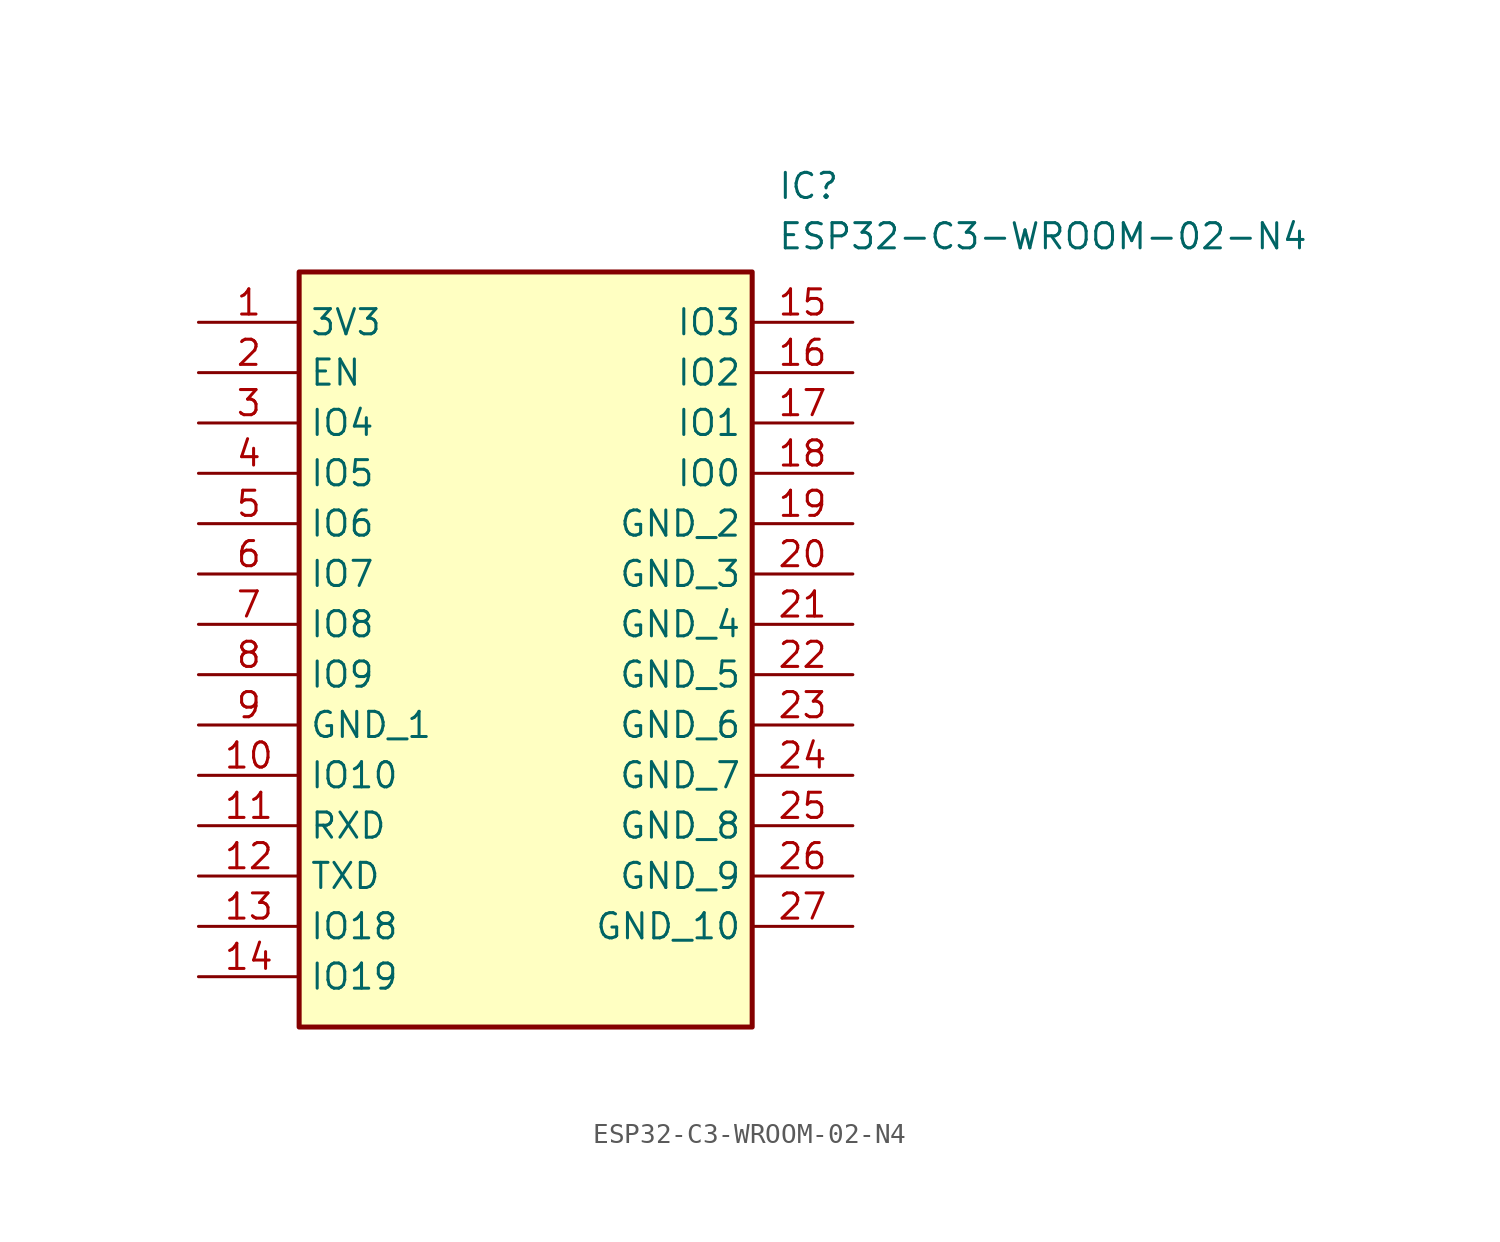
<source format=kicad_sym>
(kicad_symbol_lib
  (version 20220914)
  (generator kicad_symbol_editor)
  (symbol "ESP32-C3-WROOM-02-N4"
    (property "Reference" "IC"
      (at 29.21 7.62 0)
      (effects (font (size 1.27 1.27)) (justify left top)))
    (property "Value" "ESP32-C3-WROOM-02-N4"
      (at 29.21 5.08 0)
      (effects (font (size 1.27 1.27)) (justify left top)))
    (symbol "ESP32-C3-WROOM-02-N4_1_1"
      (rectangle (start 5.08 2.54) (end 27.94 -35.56) (stroke (width 0.254) (type default)) (fill (type background)))
      (pin passive line (at 0 0 0) (length 5.08) (name "3V3" (effects (font (size 1.27 1.27)))) (number "1" (effects (font (size 1.27 1.27)))))
      (pin passive line (at 0 -22.86 0) (length 5.08) (name "IO10" (effects (font (size 1.27 1.27)))) (number "10" (effects (font (size 1.27 1.27)))))
      (pin passive line (at 0 -25.4 0) (length 5.08) (name "RXD" (effects (font (size 1.27 1.27)))) (number "11" (effects (font (size 1.27 1.27)))))
      (pin passive line (at 0 -27.94 0) (length 5.08) (name "TXD" (effects (font (size 1.27 1.27)))) (number "12" (effects (font (size 1.27 1.27)))))
      (pin passive line (at 0 -30.48 0) (length 5.08) (name "IO18" (effects (font (size 1.27 1.27)))) (number "13" (effects (font (size 1.27 1.27)))))
      (pin passive line (at 0 -33.02 0) (length 5.08) (name "IO19" (effects (font (size 1.27 1.27)))) (number "14" (effects (font (size 1.27 1.27)))))
      (pin passive line (at 33.02 0 180) (length 5.08) (name "IO3" (effects (font (size 1.27 1.27)))) (number "15" (effects (font (size 1.27 1.27)))))
      (pin passive line (at 33.02 -2.54 180) (length 5.08) (name "IO2" (effects (font (size 1.27 1.27)))) (number "16" (effects (font (size 1.27 1.27)))))
      (pin passive line (at 33.02 -5.08 180) (length 5.08) (name "IO1" (effects (font (size 1.27 1.27)))) (number "17" (effects (font (size 1.27 1.27)))))
      (pin passive line (at 33.02 -7.62 180) (length 5.08) (name "IO0" (effects (font (size 1.27 1.27)))) (number "18" (effects (font (size 1.27 1.27)))))
      (pin passive line (at 33.02 -10.16 180) (length 5.08) (name "GND_2" (effects (font (size 1.27 1.27)))) (number "19" (effects (font (size 1.27 1.27)))))
      (pin passive line (at 0 -2.54 0) (length 5.08) (name "EN" (effects (font (size 1.27 1.27)))) (number "2" (effects (font (size 1.27 1.27)))))
      (pin passive line (at 33.02 -12.7 180) (length 5.08) (name "GND_3" (effects (font (size 1.27 1.27)))) (number "20" (effects (font (size 1.27 1.27)))))
      (pin passive line (at 33.02 -15.24 180) (length 5.08) (name "GND_4" (effects (font (size 1.27 1.27)))) (number "21" (effects (font (size 1.27 1.27)))))
      (pin passive line (at 33.02 -17.78 180) (length 5.08) (name "GND_5" (effects (font (size 1.27 1.27)))) (number "22" (effects (font (size 1.27 1.27)))))
      (pin passive line (at 33.02 -20.32 180) (length 5.08) (name "GND_6" (effects (font (size 1.27 1.27)))) (number "23" (effects (font (size 1.27 1.27)))))
      (pin passive line (at 33.02 -22.86 180) (length 5.08) (name "GND_7" (effects (font (size 1.27 1.27)))) (number "24" (effects (font (size 1.27 1.27)))))
      (pin passive line (at 33.02 -25.4 180) (length 5.08) (name "GND_8" (effects (font (size 1.27 1.27)))) (number "25" (effects (font (size 1.27 1.27)))))
      (pin passive line (at 33.02 -27.94 180) (length 5.08) (name "GND_9" (effects (font (size 1.27 1.27)))) (number "26" (effects (font (size 1.27 1.27)))))
      (pin passive line (at 33.02 -30.48 180) (length 5.08) (name "GND_10" (effects (font (size 1.27 1.27)))) (number "27" (effects (font (size 1.27 1.27)))))
      (pin passive line (at 0 -5.08 0) (length 5.08) (name "IO4" (effects (font (size 1.27 1.27)))) (number "3" (effects (font (size 1.27 1.27)))))
      (pin passive line (at 0 -7.62 0) (length 5.08) (name "IO5" (effects (font (size 1.27 1.27)))) (number "4" (effects (font (size 1.27 1.27)))))
      (pin passive line (at 0 -10.16 0) (length 5.08) (name "IO6" (effects (font (size 1.27 1.27)))) (number "5" (effects (font (size 1.27 1.27)))))
      (pin passive line (at 0 -12.7 0) (length 5.08) (name "IO7" (effects (font (size 1.27 1.27)))) (number "6" (effects (font (size 1.27 1.27)))))
      (pin passive line (at 0 -15.24 0) (length 5.08) (name "IO8" (effects (font (size 1.27 1.27)))) (number "7" (effects (font (size 1.27 1.27)))))
      (pin passive line (at 0 -17.78 0) (length 5.08) (name "IO9" (effects (font (size 1.27 1.27)))) (number "8" (effects (font (size 1.27 1.27)))))
      (pin passive line (at 0 -20.32 0) (length 5.08) (name "GND_1" (effects (font (size 1.27 1.27)))) (number "9" (effects (font (size 1.27 1.27))))))))
</source>
